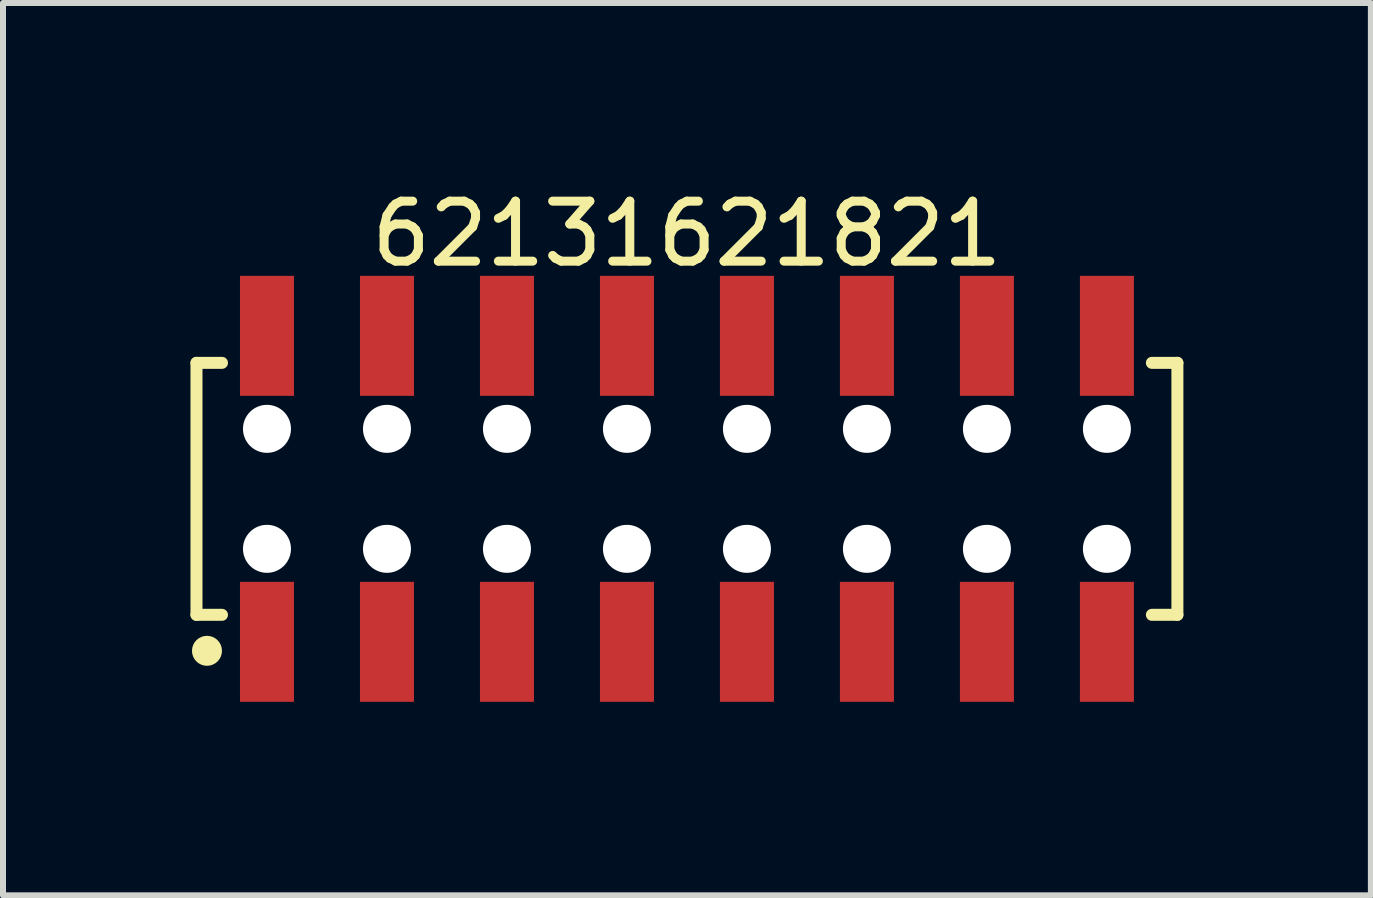
<source format=kicad_pcb>
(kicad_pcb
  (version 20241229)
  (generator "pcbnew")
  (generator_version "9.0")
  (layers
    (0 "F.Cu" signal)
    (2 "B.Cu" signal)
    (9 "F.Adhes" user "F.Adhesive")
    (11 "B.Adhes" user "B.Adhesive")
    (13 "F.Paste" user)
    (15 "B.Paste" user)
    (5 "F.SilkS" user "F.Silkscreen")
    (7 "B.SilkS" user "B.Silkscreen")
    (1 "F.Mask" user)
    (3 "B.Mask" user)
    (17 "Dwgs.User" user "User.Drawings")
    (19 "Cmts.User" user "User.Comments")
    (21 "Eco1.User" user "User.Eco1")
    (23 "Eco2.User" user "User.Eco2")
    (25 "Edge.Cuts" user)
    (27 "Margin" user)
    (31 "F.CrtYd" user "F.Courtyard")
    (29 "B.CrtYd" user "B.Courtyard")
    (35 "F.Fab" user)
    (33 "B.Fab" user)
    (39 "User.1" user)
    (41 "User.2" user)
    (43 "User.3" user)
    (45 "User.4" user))
  (footprint "62131621821"
    (layer "F.Cu")
    (at 8.4 5.098)
    (property "Reference" "62131621821" (at 0 -4.25 0) (layer "F.SilkS") (effects (font (size 1 1) (thickness 0.15))))
    (fp_line (start -8.175 -2.1) (end -7.75 -2.1) (stroke (width 0.2) (type solid)) (layer "F.SilkS"))
    (fp_line (start -8.175 2.1) (end -8.175 -2.1) (stroke (width 0.2) (type solid)) (layer "F.SilkS"))
    (fp_line (start -8.175 2.1) (end -7.75 2.1) (stroke (width 0.2) (type solid)) (layer "F.SilkS"))
    (fp_line (start 7.75 -2.1) (end 8.175 -2.1) (stroke (width 0.2) (type solid)) (layer "F.SilkS"))
    (fp_line (start 7.75 2.1) (end 8.175 2.1) (stroke (width 0.2) (type solid)) (layer "F.SilkS"))
    (fp_line (start 8.175 2.1) (end 8.175 -2.1) (stroke (width 0.2) (type solid)) (layer "F.SilkS"))
    (fp_circle (center -8 2.7) (end -8 2.575) (stroke (width 0.25) (type solid)) (fill no) (layer "F.SilkS"))
    (fp_line (start -8.375 -3.75) (end 8.375 -3.75) (stroke (width 0.05) (type solid)) (layer "Eco2.User"))
    (fp_line (start -8.375 3.75) (end -8.375 -3.75) (stroke (width 0.05) (type solid)) (layer "Eco2.User"))
    (fp_line (start -8.375 3.75) (end 8.375 3.75) (stroke (width 0.05) (type solid)) (layer "Eco2.User"))
    (fp_line (start -8 -2) (end 8 -2) (stroke (width 0.1) (type solid)) (layer "Eco2.User"))
    (fp_line (start -8 2) (end -8 -2) (stroke (width 0.1) (type solid)) (layer "Eco2.User"))
    (fp_line (start -8 2) (end 8 2) (stroke (width 0.1) (type solid)) (layer "Eco2.User"))
    (fp_line (start -7.25 -3) (end -6.75 -3) (stroke (width 0.1) (type solid)) (layer "Eco2.User"))
    (fp_line (start -7.25 -2) (end -7.25 -3) (stroke (width 0.1) (type solid)) (layer "Eco2.User"))
    (fp_line (start -7.25 3) (end -7.25 2) (stroke (width 0.1) (type solid)) (layer "Eco2.User"))
    (fp_line (start -7.25 3) (end -6.75 3) (stroke (width 0.1) (type solid)) (layer "Eco2.User"))
    (fp_line (start -6.75 -2) (end -6.75 -3) (stroke (width 0.1) (type solid)) (layer "Eco2.User"))
    (fp_line (start -6.75 3) (end -6.75 2) (stroke (width 0.1) (type solid)) (layer "Eco2.User"))
    (fp_line (start -5.25 -3) (end -4.75 -3) (stroke (width 0.1) (type solid)) (layer "Eco2.User"))
    (fp_line (start -5.25 -2) (end -5.25 -3) (stroke (width 0.1) (type solid)) (layer "Eco2.User"))
    (fp_line (start -5.25 3) (end -5.25 2) (stroke (width 0.1) (type solid)) (layer "Eco2.User"))
    (fp_line (start -5.25 3) (end -4.75 3) (stroke (width 0.1) (type solid)) (layer "Eco2.User"))
    (fp_line (start -4.75 -2) (end -4.75 -3) (stroke (width 0.1) (type solid)) (layer "Eco2.User"))
    (fp_line (start -4.75 3) (end -4.75 2) (stroke (width 0.1) (type solid)) (layer "Eco2.User"))
    (fp_line (start -3.25 -3) (end -2.75 -3) (stroke (width 0.1) (type solid)) (layer "Eco2.User"))
    (fp_line (start -3.25 -2) (end -3.25 -3) (stroke (width 0.1) (type solid)) (layer "Eco2.User"))
    (fp_line (start -3.25 3) (end -3.25 2) (stroke (width 0.1) (type solid)) (layer "Eco2.User"))
    (fp_line (start -3.25 3) (end -2.75 3) (stroke (width 0.1) (type solid)) (layer "Eco2.User"))
    (fp_line (start -2.75 -2) (end -2.75 -3) (stroke (width 0.1) (type solid)) (layer "Eco2.User"))
    (fp_line (start -2.75 3) (end -2.75 2) (stroke (width 0.1) (type solid)) (layer "Eco2.User"))
    (fp_line (start -1.25 -3) (end -0.75 -3) (stroke (width 0.1) (type solid)) (layer "Eco2.User"))
    (fp_line (start -1.25 -2) (end -1.25 -3) (stroke (width 0.1) (type solid)) (layer "Eco2.User"))
    (fp_line (start -1.25 3) (end -1.25 2) (stroke (width 0.1) (type solid)) (layer "Eco2.User"))
    (fp_line (start -1.25 3) (end -0.75 3) (stroke (width 0.1) (type solid)) (layer "Eco2.User"))
    (fp_line (start -0.75 -2) (end -0.75 -3) (stroke (width 0.1) (type solid)) (layer "Eco2.User"))
    (fp_line (start -0.75 3) (end -0.75 2) (stroke (width 0.1) (type solid)) (layer "Eco2.User"))
    (fp_line (start -0.5 0) (end 0.5 0) (stroke (width 0.05) (type solid)) (layer "Eco2.User"))
    (fp_line (start 0 0.5) (end 0 -0.5) (stroke (width 0.05) (type solid)) (layer "Eco2.User"))
    (fp_line (start 0.75 -3) (end 1.25 -3) (stroke (width 0.1) (type solid)) (layer "Eco2.User"))
    (fp_line (start 0.75 -2) (end 0.75 -3) (stroke (width 0.1) (type solid)) (layer "Eco2.User"))
    (fp_line (start 0.75 3) (end 0.75 2) (stroke (width 0.1) (type solid)) (layer "Eco2.User"))
    (fp_line (start 0.75 3) (end 1.25 3) (stroke (width 0.1) (type solid)) (layer "Eco2.User"))
    (fp_line (start 1.25 -2) (end 1.25 -3) (stroke (width 0.1) (type solid)) (layer "Eco2.User"))
    (fp_line (start 1.25 3) (end 1.25 2) (stroke (width 0.1) (type solid)) (layer "Eco2.User"))
    (fp_line (start 2.75 -3) (end 3.25 -3) (stroke (width 0.1) (type solid)) (layer "Eco2.User"))
    (fp_line (start 2.75 -2) (end 2.75 -3) (stroke (width 0.1) (type solid)) (layer "Eco2.User"))
    (fp_line (start 2.75 3) (end 2.75 2) (stroke (width 0.1) (type solid)) (layer "Eco2.User"))
    (fp_line (start 2.75 3) (end 3.25 3) (stroke (width 0.1) (type solid)) (layer "Eco2.User"))
    (fp_line (start 3.25 -2) (end 3.25 -3) (stroke (width 0.1) (type solid)) (layer "Eco2.User"))
    (fp_line (start 3.25 3) (end 3.25 2) (stroke (width 0.1) (type solid)) (layer "Eco2.User"))
    (fp_line (start 4.75 -3) (end 5.25 -3) (stroke (width 0.1) (type solid)) (layer "Eco2.User"))
    (fp_line (start 4.75 -2) (end 4.75 -3) (stroke (width 0.1) (type solid)) (layer "Eco2.User"))
    (fp_line (start 4.75 3) (end 4.75 2) (stroke (width 0.1) (type solid)) (layer "Eco2.User"))
    (fp_line (start 4.75 3) (end 5.25 3) (stroke (width 0.1) (type solid)) (layer "Eco2.User"))
    (fp_line (start 5.25 -2) (end 5.25 -3) (stroke (width 0.1) (type solid)) (layer "Eco2.User"))
    (fp_line (start 5.25 3) (end 5.25 2) (stroke (width 0.1) (type solid)) (layer "Eco2.User"))
    (fp_line (start 6.75 -3) (end 7.25 -3) (stroke (width 0.1) (type solid)) (layer "Eco2.User"))
    (fp_line (start 6.75 -2) (end 6.75 -3) (stroke (width 0.1) (type solid)) (layer "Eco2.User"))
    (fp_line (start 6.75 3) (end 6.75 2) (stroke (width 0.1) (type solid)) (layer "Eco2.User"))
    (fp_line (start 6.75 3) (end 7.25 3) (stroke (width 0.1) (type solid)) (layer "Eco2.User"))
    (fp_line (start 7.25 -2) (end 7.25 -3) (stroke (width 0.1) (type solid)) (layer "Eco2.User"))
    (fp_line (start 7.25 3) (end 7.25 2) (stroke (width 0.1) (type solid)) (layer "Eco2.User"))
    (fp_line (start 8 2) (end 8 -2) (stroke (width 0.1) (type solid)) (layer "Eco2.User"))
    (fp_line (start 8.375 3.75) (end 8.375 -3.75) (stroke (width 0.05) (type solid)) (layer "Eco2.User"))
    (fp_text user "${REFERENCE}" (at 0.1 -0.131 0) (unlocked yes) (layer "User.3") (effects (font (size 1 1) (thickness 0.1))))
    (pad "" np_thru_hole circle (at -7 -1) (size 0.8 0.8) (drill 0.8) (layers "*.Cu" "*.Mask"))
    (pad "" np_thru_hole circle (at -7 1) (size 0.8 0.8) (drill 0.8) (layers "*.Cu" "*.Mask"))
    (pad "" np_thru_hole circle (at -5 -1) (size 0.8 0.8) (drill 0.8) (layers "*.Cu" "*.Mask"))
    (pad "" np_thru_hole circle (at -5 1) (size 0.8 0.8) (drill 0.8) (layers "*.Cu" "*.Mask"))
    (pad "" np_thru_hole circle (at -3 -1) (size 0.8 0.8) (drill 0.8) (layers "*.Cu" "*.Mask"))
    (pad "" np_thru_hole circle (at -3 1) (size 0.8 0.8) (drill 0.8) (layers "*.Cu" "*.Mask"))
    (pad "" np_thru_hole circle (at -1 -1) (size 0.8 0.8) (drill 0.8) (layers "*.Cu" "*.Mask"))
    (pad "" np_thru_hole circle (at -1 1) (size 0.8 0.8) (drill 0.8) (layers "*.Cu" "*.Mask"))
    (pad "" np_thru_hole circle (at 1 -1) (size 0.8 0.8) (drill 0.8) (layers "*.Cu" "*.Mask"))
    (pad "" np_thru_hole circle (at 1 1) (size 0.8 0.8) (drill 0.8) (layers "*.Cu" "*.Mask"))
    (pad "" np_thru_hole circle (at 3 -1) (size 0.8 0.8) (drill 0.8) (layers "*.Cu" "*.Mask"))
    (pad "" np_thru_hole circle (at 3 1) (size 0.8 0.8) (drill 0.8) (layers "*.Cu" "*.Mask"))
    (pad "" np_thru_hole circle (at 5 -1) (size 0.8 0.8) (drill 0.8) (layers "*.Cu" "*.Mask"))
    (pad "" np_thru_hole circle (at 5 1) (size 0.8 0.8) (drill 0.8) (layers "*.Cu" "*.Mask"))
    (pad "" np_thru_hole circle (at 7 -1) (size 0.8 0.8) (drill 0.8) (layers "*.Cu" "*.Mask"))
    (pad "" np_thru_hole circle (at 7 1) (size 0.8 0.8) (drill 0.8) (layers "*.Cu" "*.Mask"))
    (pad "1" smd rect (at -7 2.55) (size 0.9 2) (layers "F.Cu" "F.Mask" "F.Paste"))
    (pad "2" smd rect (at -7 -2.55) (size 0.9 2) (layers "F.Cu" "F.Mask" "F.Paste"))
    (pad "3" smd rect (at -5 2.55) (size 0.9 2) (layers "F.Cu" "F.Mask" "F.Paste"))
    (pad "4" smd rect (at -5 -2.55) (size 0.9 2) (layers "F.Cu" "F.Mask" "F.Paste"))
    (pad "5" smd rect (at -3 2.55) (size 0.9 2) (layers "F.Cu" "F.Mask" "F.Paste"))
    (pad "6" smd rect (at -3 -2.55) (size 0.9 2) (layers "F.Cu" "F.Mask" "F.Paste"))
    (pad "7" smd rect (at -1 2.55) (size 0.9 2) (layers "F.Cu" "F.Mask" "F.Paste"))
    (pad "8" smd rect (at -1 -2.55) (size 0.9 2) (layers "F.Cu" "F.Mask" "F.Paste"))
    (pad "9" smd rect (at 1 2.55) (size 0.9 2) (layers "F.Cu" "F.Mask" "F.Paste"))
    (pad "10" smd rect (at 1 -2.55) (size 0.9 2) (layers "F.Cu" "F.Mask" "F.Paste"))
    (pad "11" smd rect (at 3 2.55) (size 0.9 2) (layers "F.Cu" "F.Mask" "F.Paste"))
    (pad "12" smd rect (at 3 -2.55) (size 0.9 2) (layers "F.Cu" "F.Mask" "F.Paste"))
    (pad "13" smd rect (at 5 2.55) (size 0.9 2) (layers "F.Cu" "F.Mask" "F.Paste"))
    (pad "14" smd rect (at 5 -2.55) (size 0.9 2) (layers "F.Cu" "F.Mask" "F.Paste"))
    (pad "15" smd rect (at 7 2.55) (size 0.9 2) (layers "F.Cu" "F.Mask" "F.Paste"))
    (pad "16" smd rect (at 7 -2.55) (size 0.9 2) (layers "F.Cu" "F.Mask" "F.Paste")))
  (gr_rect
    (start -3 -3)
    (end 19.8 11.873)
    (stroke (width 0.1) (type default))
    (fill no)
    (layer "Edge.Cuts")))
</source>
